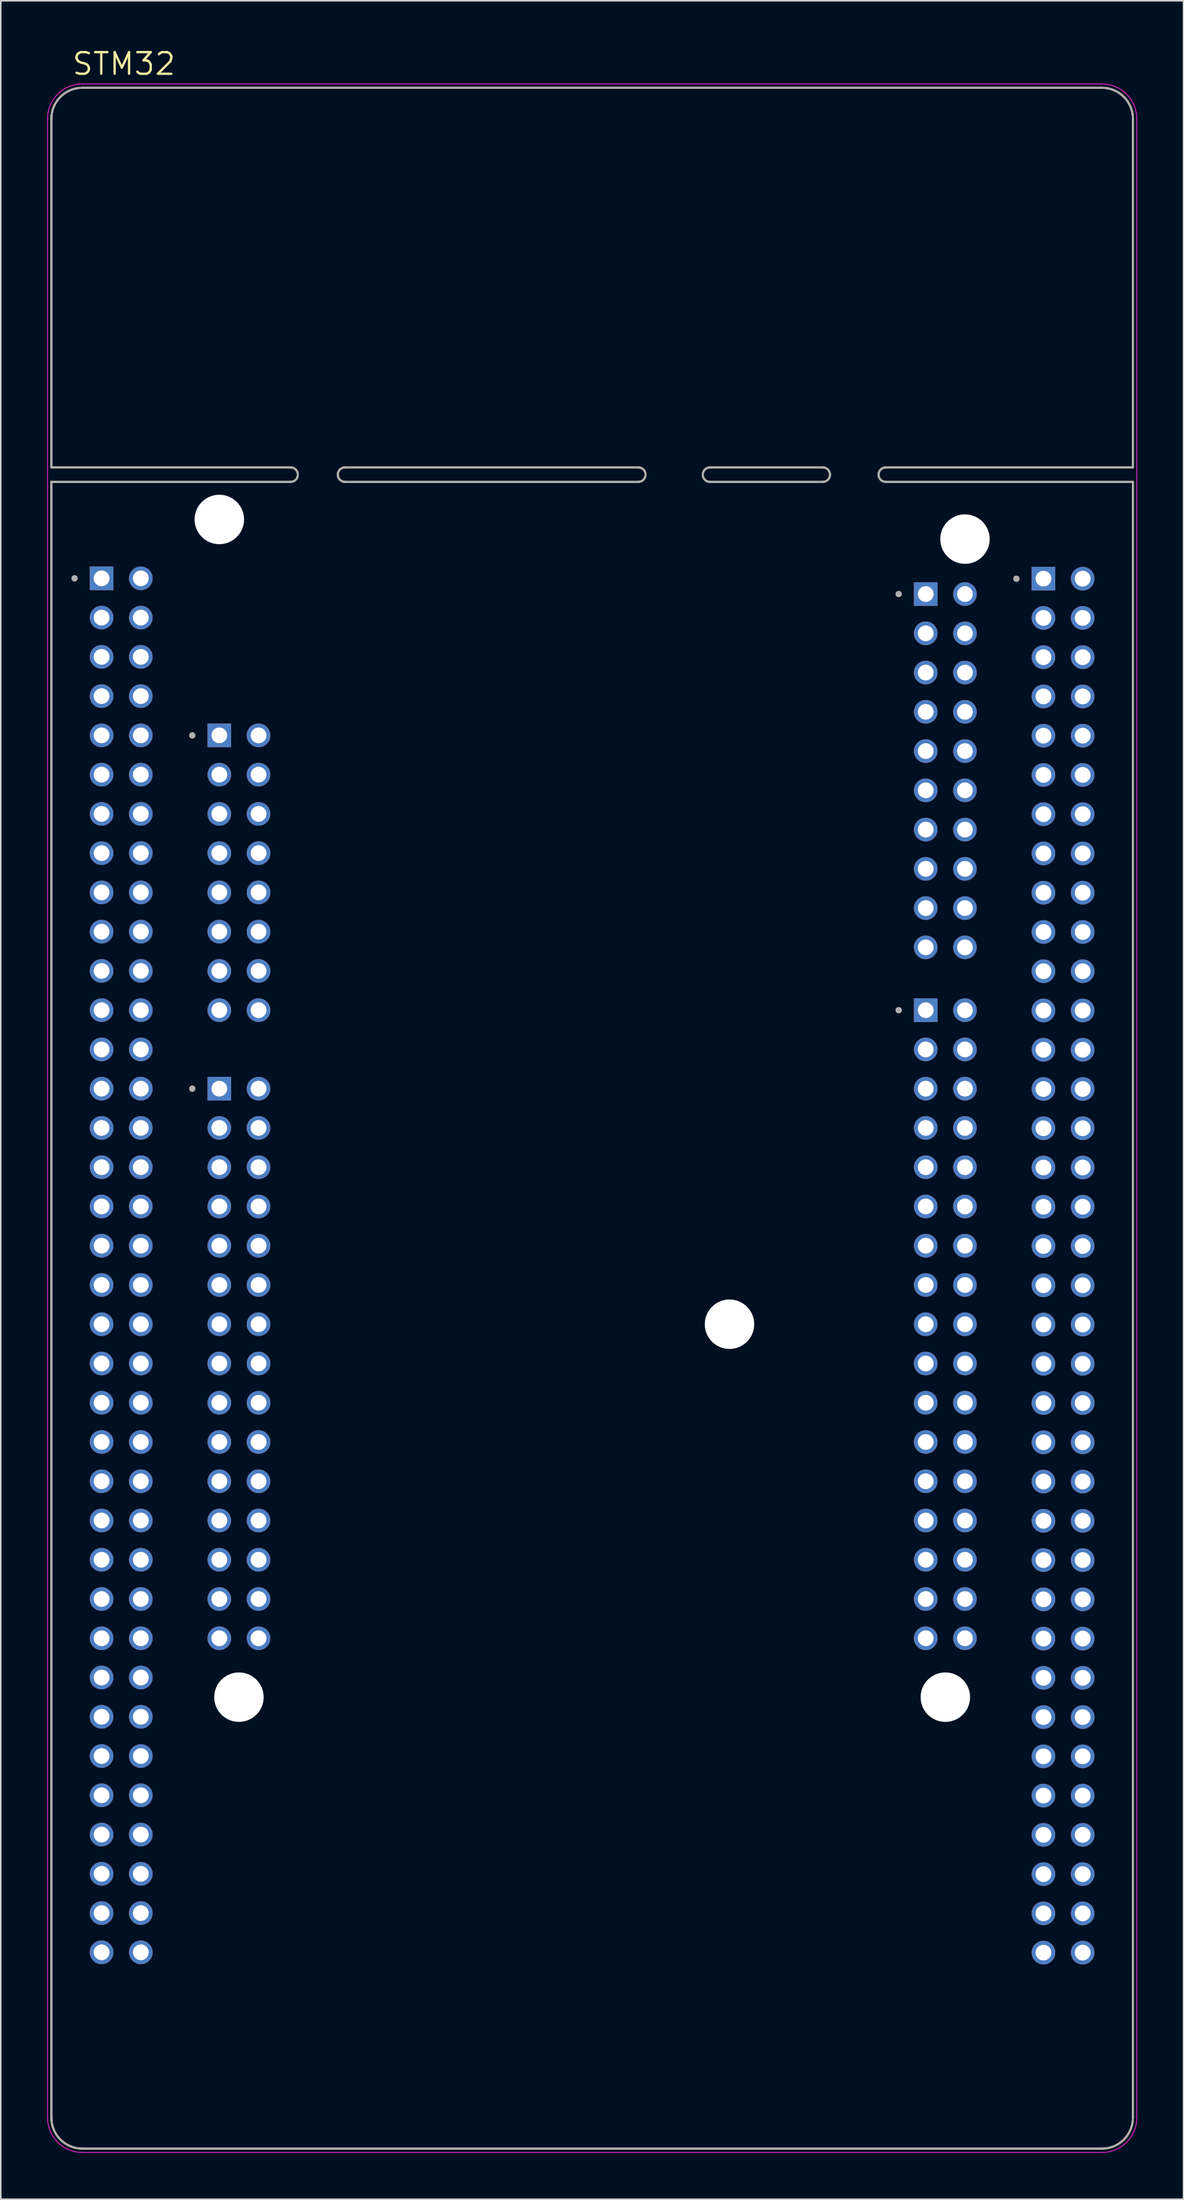
<source format=kicad_pcb>
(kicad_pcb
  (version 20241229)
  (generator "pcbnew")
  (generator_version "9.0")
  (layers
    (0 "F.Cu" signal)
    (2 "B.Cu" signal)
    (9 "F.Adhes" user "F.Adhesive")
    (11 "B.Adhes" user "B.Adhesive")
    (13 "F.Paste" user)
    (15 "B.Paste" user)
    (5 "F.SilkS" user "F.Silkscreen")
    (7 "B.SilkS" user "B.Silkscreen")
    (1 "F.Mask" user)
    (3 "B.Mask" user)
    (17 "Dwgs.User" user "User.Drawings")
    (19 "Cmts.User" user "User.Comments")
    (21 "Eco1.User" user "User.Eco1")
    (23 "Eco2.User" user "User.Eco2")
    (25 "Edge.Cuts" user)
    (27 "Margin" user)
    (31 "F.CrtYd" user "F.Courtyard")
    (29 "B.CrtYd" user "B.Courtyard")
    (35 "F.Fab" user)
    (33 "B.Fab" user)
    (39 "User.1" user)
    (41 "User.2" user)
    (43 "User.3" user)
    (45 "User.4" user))
  (footprint "STM32"
    (layer "F.Cu")
    (at 35.275 69.301)
    (property "Reference" "STM32" (at -30.305 -68.219 0) (layer "F.SilkS") (effects (font (size 1.4 1.4) (thickness 0.15))))
    (attr through_hole)
    (fp_line (start -35 -64.67) (end -35 -42.11) (stroke (width 0.127) (type solid)) (layer "F.SilkS"))
    (fp_line (start -35 -42.11) (end -19.507 -42.11) (stroke (width 0.127) (type solid)) (layer "F.SilkS"))
    (fp_line (start -35 -41.17) (end -35 64.67) (stroke (width 0.127) (type solid)) (layer "F.SilkS"))
    (fp_line (start -35 -41.17) (end -19.507 -41.17) (stroke (width 0.127) (type solid)) (layer "F.SilkS"))
    (fp_line (start -33 66.67) (end 33 66.67) (stroke (width 0.127) (type solid)) (layer "F.SilkS"))
    (fp_line (start -16.002 -42.11) (end 2.997 -42.11) (stroke (width 0.127) (type solid)) (layer "F.SilkS"))
    (fp_line (start -16.002 -41.17) (end 2.997 -41.17) (stroke (width 0.127) (type solid)) (layer "F.SilkS"))
    (fp_line (start 7.62 -42.11) (end 14.935 -42.11) (stroke (width 0.127) (type solid)) (layer "F.SilkS"))
    (fp_line (start 7.62 -41.17) (end 14.935 -41.17) (stroke (width 0.127) (type solid)) (layer "F.SilkS"))
    (fp_line (start 18.999 -42.11) (end 35 -42.11) (stroke (width 0.127) (type solid)) (layer "F.SilkS"))
    (fp_line (start 18.999 -41.17) (end 35 -41.17) (stroke (width 0.127) (type solid)) (layer "F.SilkS"))
    (fp_line (start 33 -66.67) (end -33 -66.67) (stroke (width 0.127) (type solid)) (layer "F.SilkS"))
    (fp_line (start 35 -42.11) (end 35 -64.67) (stroke (width 0.127) (type solid)) (layer "F.SilkS"))
    (fp_line (start 35 64.67) (end 35 -41.17) (stroke (width 0.127) (type solid)) (layer "F.SilkS"))
    (fp_arc (start -35 -64.67) (mid -34.414214 -66.084214) (end -33 -66.67) (stroke (width 0.127) (type solid)) (layer "F.SilkS"))
    (fp_arc (start -33 66.67) (mid -34.414214 66.084214) (end -35 64.67) (stroke (width 0.127) (type solid)) (layer "F.SilkS"))
    (fp_arc (start -19.507199 -42.11) (mid -19.044602 -41.64) (end -19.5072 -41.17) (stroke (width 0.127) (type solid)) (layer "F.SilkS"))
    (fp_arc (start -16.002001 -41.17) (mid -16.464598 -41.64) (end -16.002 -42.11) (stroke (width 0.127) (type solid)) (layer "F.SilkS"))
    (fp_arc (start 2.997201 -42.11) (mid 3.459798 -41.64) (end 2.9972 -41.17) (stroke (width 0.127) (type solid)) (layer "F.SilkS"))
    (fp_arc (start 7.619999 -41.17) (mid 7.157402 -41.64) (end 7.62 -42.11) (stroke (width 0.127) (type solid)) (layer "F.SilkS"))
    (fp_arc (start 14.935201 -42.11) (mid 15.397798 -41.64) (end 14.9352 -41.17) (stroke (width 0.127) (type solid)) (layer "F.SilkS"))
    (fp_arc (start 18.999199 -41.17) (mid 18.536602 -41.64) (end 18.9992 -42.11) (stroke (width 0.127) (type solid)) (layer "F.SilkS"))
    (fp_arc (start 33 -66.67) (mid 34.414214 -66.084214) (end 35 -64.67) (stroke (width 0.127) (type solid)) (layer "F.SilkS"))
    (fp_arc (start 35 64.67) (mid 34.414214 66.084214) (end 33 66.67) (stroke (width 0.127) (type solid)) (layer "F.SilkS"))
    (fp_circle (center -33.5 -34.93) (end -33.4 -34.93) (stroke (width 0.2) (type solid)) (fill no) (layer "F.SilkS"))
    (fp_circle (center -25.88 -24.77) (end -25.78 -24.77) (stroke (width 0.2) (type solid)) (fill no) (layer "F.SilkS"))
    (fp_circle (center -25.88 -1.91) (end -25.78 -1.91) (stroke (width 0.2) (type solid)) (fill no) (layer "F.SilkS"))
    (fp_circle (center 19.84 -33.914) (end 19.94 -33.914) (stroke (width 0.2) (type solid)) (fill no) (layer "F.SilkS"))
    (fp_circle (center 19.84 -6.99) (end 19.94 -6.99) (stroke (width 0.2) (type solid)) (fill no) (layer "F.SilkS"))
    (fp_circle (center 27.46 -34.905) (end 27.56 -34.905) (stroke (width 0.2) (type solid)) (fill no) (layer "F.SilkS"))
    (fp_line (start -35.25 -64.67) (end -35.25 64.67) (stroke (width 0.05) (type solid)) (layer "F.CrtYd"))
    (fp_line (start -33 66.92) (end 33 66.92) (stroke (width 0.05) (type solid)) (layer "F.CrtYd"))
    (fp_line (start 33 -66.92) (end -33 -66.92) (stroke (width 0.05) (type solid)) (layer "F.CrtYd"))
    (fp_line (start 35.25 64.67) (end 35.25 -64.67) (stroke (width 0.05) (type solid)) (layer "F.CrtYd"))
    (fp_arc (start -35.25 -64.67) (mid -34.59099 -66.26099) (end -33 -66.92) (stroke (width 0.05) (type solid)) (layer "F.CrtYd"))
    (fp_arc (start -33 66.92) (mid -34.59099 66.26099) (end -35.25 64.67) (stroke (width 0.05) (type solid)) (layer "F.CrtYd"))
    (fp_arc (start 33 -66.92) (mid 34.59099 -66.26099) (end 35.25 -64.67) (stroke (width 0.05) (type solid)) (layer "F.CrtYd"))
    (fp_arc (start 35.25 64.67) (mid 34.59099 66.26099) (end 33 66.92) (stroke (width 0.05) (type solid)) (layer "F.CrtYd"))
    (fp_line (start -35 -64.67) (end -35 -42.11) (stroke (width 0.127) (type solid)) (layer "F.Fab"))
    (fp_line (start -35 -42.11) (end -19.507 -42.11) (stroke (width 0.127) (type solid)) (layer "F.Fab"))
    (fp_line (start -35 -41.17) (end -35 64.67) (stroke (width 0.127) (type solid)) (layer "F.Fab"))
    (fp_line (start -35 -41.17) (end -19.507 -41.17) (stroke (width 0.127) (type solid)) (layer "F.Fab"))
    (fp_line (start -33 66.67) (end 33 66.67) (stroke (width 0.127) (type solid)) (layer "F.Fab"))
    (fp_line (start -16.002 -42.11) (end 2.997 -42.11) (stroke (width 0.127) (type solid)) (layer "F.Fab"))
    (fp_line (start -16.002 -41.17) (end 2.997 -41.17) (stroke (width 0.127) (type solid)) (layer "F.Fab"))
    (fp_line (start 7.62 -42.11) (end 14.935 -42.11) (stroke (width 0.127) (type solid)) (layer "F.Fab"))
    (fp_line (start 7.62 -41.17) (end 14.935 -41.17) (stroke (width 0.127) (type solid)) (layer "F.Fab"))
    (fp_line (start 18.999 -42.11) (end 35 -42.11) (stroke (width 0.127) (type solid)) (layer "F.Fab"))
    (fp_line (start 18.999 -41.17) (end 35 -41.17) (stroke (width 0.127) (type solid)) (layer "F.Fab"))
    (fp_line (start 33 -66.67) (end -33 -66.67) (stroke (width 0.127) (type solid)) (layer "F.Fab"))
    (fp_line (start 35 -42.11) (end 35 -64.67) (stroke (width 0.127) (type solid)) (layer "F.Fab"))
    (fp_line (start 35 64.67) (end 35 -41.17) (stroke (width 0.127) (type solid)) (layer "F.Fab"))
    (fp_arc (start -35 -64.67) (mid -34.414214 -66.084214) (end -33 -66.67) (stroke (width 0.127) (type solid)) (layer "F.Fab"))
    (fp_arc (start -33 66.67) (mid -34.414214 66.084214) (end -35 64.67) (stroke (width 0.127) (type solid)) (layer "F.Fab"))
    (fp_arc (start -19.507199 -42.11) (mid -19.044602 -41.64) (end -19.5072 -41.17) (stroke (width 0.127) (type solid)) (layer "F.Fab"))
    (fp_arc (start -16.002001 -41.17) (mid -16.464598 -41.64) (end -16.002 -42.11) (stroke (width 0.127) (type solid)) (layer "F.Fab"))
    (fp_arc (start 2.997201 -42.11) (mid 3.459798 -41.64) (end 2.9972 -41.17) (stroke (width 0.127) (type solid)) (layer "F.Fab"))
    (fp_arc (start 7.619999 -41.17) (mid 7.157402 -41.64) (end 7.62 -42.11) (stroke (width 0.127) (type solid)) (layer "F.Fab"))
    (fp_arc (start 14.935201 -42.11) (mid 15.397798 -41.64) (end 14.9352 -41.17) (stroke (width 0.127) (type solid)) (layer "F.Fab"))
    (fp_arc (start 18.999199 -41.17) (mid 18.536602 -41.64) (end 18.9992 -42.11) (stroke (width 0.127) (type solid)) (layer "F.Fab"))
    (fp_arc (start 33 -66.67) (mid 34.414214 -66.084214) (end 35 -64.67) (stroke (width 0.127) (type solid)) (layer "F.Fab"))
    (fp_arc (start 35 64.67) (mid 34.414214 66.084214) (end 33 66.67) (stroke (width 0.127) (type solid)) (layer "F.Fab"))
    (fp_circle (center -33.5 -34.93) (end -33.4 -34.93) (stroke (width 0.2) (type solid)) (fill no) (layer "F.Fab"))
    (fp_circle (center -25.88 -24.77) (end -25.78 -24.77) (stroke (width 0.2) (type solid)) (fill no) (layer "F.Fab"))
    (fp_circle (center -25.88 -1.91) (end -25.78 -1.91) (stroke (width 0.2) (type solid)) (fill no) (layer "F.Fab"))
    (fp_circle (center 19.84 -33.914) (end 19.94 -33.914) (stroke (width 0.2) (type solid)) (fill no) (layer "F.Fab"))
    (fp_circle (center 19.84 -6.99) (end 19.94 -6.99) (stroke (width 0.2) (type solid)) (fill no) (layer "F.Fab"))
    (fp_circle (center 27.46 -34.905) (end 27.56 -34.905) (stroke (width 0.2) (type solid)) (fill no) (layer "F.Fab"))
    (pad "" np_thru_hole circle (at -24.13 -38.74) (size 3.2 3.2) (drill 3.2) (layers "*.Cu" "*.Mask"))
    (pad "" np_thru_hole circle (at -22.86 37.46) (size 3.2 3.2) (drill 3.2) (layers "*.Cu" "*.Mask"))
    (pad "" np_thru_hole circle (at 8.89 13.33) (size 3.2 3.2) (drill 3.2) (layers "*.Cu" "*.Mask"))
    (pad "" np_thru_hole circle (at 22.86 37.46) (size 3.2 3.2) (drill 3.2) (layers "*.Cu" "*.Mask"))
    (pad "" np_thru_hole circle (at 24.13 -37.47) (size 3.2 3.2) (drill 3.2) (layers "*.Cu" "*.Mask"))
    (pad "CN7_1" thru_hole rect (at 21.59 -33.914) (size 1.53 1.53) (drill 1.02) (layers "*.Cu" "*.Mask"))
    (pad "CN7_2" thru_hole circle (at 24.13 -33.914) (size 1.53 1.53) (drill 1.02) (layers "*.Cu" "*.Mask"))
    (pad "CN7_3" thru_hole circle (at 21.59 -31.374) (size 1.53 1.53) (drill 1.02) (layers "*.Cu" "*.Mask"))
    (pad "CN7_4" thru_hole circle (at 24.13 -31.374) (size 1.53 1.53) (drill 1.02) (layers "*.Cu" "*.Mask"))
    (pad "CN7_5" thru_hole circle (at 21.59 -28.834) (size 1.53 1.53) (drill 1.02) (layers "*.Cu" "*.Mask"))
    (pad "CN7_6" thru_hole circle (at 24.13 -28.834) (size 1.53 1.53) (drill 1.02) (layers "*.Cu" "*.Mask"))
    (pad "CN7_7" thru_hole circle (at 21.59 -26.294) (size 1.53 1.53) (drill 1.02) (layers "*.Cu" "*.Mask"))
    (pad "CN7_8" thru_hole circle (at 24.13 -26.294) (size 1.53 1.53) (drill 1.02) (layers "*.Cu" "*.Mask"))
    (pad "CN7_9" thru_hole circle (at 21.59 -23.754) (size 1.53 1.53) (drill 1.02) (layers "*.Cu" "*.Mask"))
    (pad "CN7_10" thru_hole circle (at 24.13 -23.754) (size 1.53 1.53) (drill 1.02) (layers "*.Cu" "*.Mask"))
    (pad "CN7_11" thru_hole circle (at 21.59 -21.214) (size 1.53 1.53) (drill 1.02) (layers "*.Cu" "*.Mask"))
    (pad "CN7_12" thru_hole circle (at 24.13 -21.214) (size 1.53 1.53) (drill 1.02) (layers "*.Cu" "*.Mask"))
    (pad "CN7_13" thru_hole circle (at 21.59 -18.674) (size 1.53 1.53) (drill 1.02) (layers "*.Cu" "*.Mask"))
    (pad "CN7_14" thru_hole circle (at 24.13 -18.674) (size 1.53 1.53) (drill 1.02) (layers "*.Cu" "*.Mask"))
    (pad "CN7_15" thru_hole circle (at 21.59 -16.134) (size 1.53 1.53) (drill 1.02) (layers "*.Cu" "*.Mask"))
    (pad "CN7_16" thru_hole circle (at 24.13 -16.134) (size 1.53 1.53) (drill 1.02) (layers "*.Cu" "*.Mask"))
    (pad "CN7_17" thru_hole circle (at 21.59 -13.594) (size 1.53 1.53) (drill 1.02) (layers "*.Cu" "*.Mask"))
    (pad "CN7_18" thru_hole circle (at 24.13 -13.594) (size 1.53 1.53) (drill 1.02) (layers "*.Cu" "*.Mask"))
    (pad "CN7_19" thru_hole circle (at 21.59 -11.054) (size 1.53 1.53) (drill 1.02) (layers "*.Cu" "*.Mask"))
    (pad "CN7_20" thru_hole circle (at 24.13 -11.054) (size 1.53 1.53) (drill 1.02) (layers "*.Cu" "*.Mask"))
    (pad "CN8_1" thru_hole rect (at -24.13 -24.77) (size 1.53 1.53) (drill 1.02) (layers "*.Cu" "*.Mask"))
    (pad "CN8_2" thru_hole circle (at -21.59 -24.77) (size 1.53 1.53) (drill 1.02) (layers "*.Cu" "*.Mask"))
    (pad "CN8_3" thru_hole circle (at -24.13 -22.23) (size 1.53 1.53) (drill 1.02) (layers "*.Cu" "*.Mask"))
    (pad "CN8_4" thru_hole circle (at -21.59 -22.23) (size 1.53 1.53) (drill 1.02) (layers "*.Cu" "*.Mask"))
    (pad "CN8_5" thru_hole circle (at -24.13 -19.69) (size 1.53 1.53) (drill 1.02) (layers "*.Cu" "*.Mask"))
    (pad "CN8_6" thru_hole circle (at -21.59 -19.69) (size 1.53 1.53) (drill 1.02) (layers "*.Cu" "*.Mask"))
    (pad "CN8_7" thru_hole circle (at -24.13 -17.15) (size 1.53 1.53) (drill 1.02) (layers "*.Cu" "*.Mask"))
    (pad "CN8_8" thru_hole circle (at -21.59 -17.15) (size 1.53 1.53) (drill 1.02) (layers "*.Cu" "*.Mask"))
    (pad "CN8_9" thru_hole circle (at -24.13 -14.61) (size 1.53 1.53) (drill 1.02) (layers "*.Cu" "*.Mask"))
    (pad "CN8_10" thru_hole circle (at -21.59 -14.61) (size 1.53 1.53) (drill 1.02) (layers "*.Cu" "*.Mask"))
    (pad "CN8_11" thru_hole circle (at -24.13 -12.07) (size 1.53 1.53) (drill 1.02) (layers "*.Cu" "*.Mask"))
    (pad "CN8_12" thru_hole circle (at -21.59 -12.07) (size 1.53 1.53) (drill 1.02) (layers "*.Cu" "*.Mask"))
    (pad "CN8_13" thru_hole circle (at -24.13 -9.53) (size 1.53 1.53) (drill 1.02) (layers "*.Cu" "*.Mask"))
    (pad "CN8_14" thru_hole circle (at -21.59 -9.53) (size 1.53 1.53) (drill 1.02) (layers "*.Cu" "*.Mask"))
    (pad "CN8_15" thru_hole circle (at -24.13 -6.99) (size 1.53 1.53) (drill 1.02) (layers "*.Cu" "*.Mask"))
    (pad "CN8_16" thru_hole circle (at -21.59 -6.99) (size 1.53 1.53) (drill 1.02) (layers "*.Cu" "*.Mask"))
    (pad "CN9_1" thru_hole rect (at -24.13 -1.91) (size 1.53 1.53) (drill 1.02) (layers "*.Cu" "*.Mask"))
    (pad "CN9_2" thru_hole circle (at -21.59 -1.91) (size 1.53 1.53) (drill 1.02) (layers "*.Cu" "*.Mask"))
    (pad "CN9_3" thru_hole circle (at -24.13 0.63) (size 1.53 1.53) (drill 1.02) (layers "*.Cu" "*.Mask"))
    (pad "CN9_4" thru_hole circle (at -21.59 0.63) (size 1.53 1.53) (drill 1.02) (layers "*.Cu" "*.Mask"))
    (pad "CN9_5" thru_hole circle (at -24.13 3.17) (size 1.53 1.53) (drill 1.02) (layers "*.Cu" "*.Mask"))
    (pad "CN9_6" thru_hole circle (at -21.59 3.17) (size 1.53 1.53) (drill 1.02) (layers "*.Cu" "*.Mask"))
    (pad "CN9_7" thru_hole circle (at -24.13 5.71) (size 1.53 1.53) (drill 1.02) (layers "*.Cu" "*.Mask"))
    (pad "CN9_8" thru_hole circle (at -21.59 5.71) (size 1.53 1.53) (drill 1.02) (layers "*.Cu" "*.Mask"))
    (pad "CN9_9" thru_hole circle (at -24.13 8.25) (size 1.53 1.53) (drill 1.02) (layers "*.Cu" "*.Mask"))
    (pad "CN9_10" thru_hole circle (at -21.59 8.25) (size 1.53 1.53) (drill 1.02) (layers "*.Cu" "*.Mask"))
    (pad "CN9_11" thru_hole circle (at -24.13 10.79) (size 1.53 1.53) (drill 1.02) (layers "*.Cu" "*.Mask"))
    (pad "CN9_12" thru_hole circle (at -21.59 10.79) (size 1.53 1.53) (drill 1.02) (layers "*.Cu" "*.Mask"))
    (pad "CN9_13" thru_hole circle (at -24.13 13.33) (size 1.53 1.53) (drill 1.02) (layers "*.Cu" "*.Mask"))
    (pad "CN9_14" thru_hole circle (at -21.59 13.33) (size 1.53 1.53) (drill 1.02) (layers "*.Cu" "*.Mask"))
    (pad "CN9_15" thru_hole circle (at -24.13 15.87) (size 1.53 1.53) (drill 1.02) (layers "*.Cu" "*.Mask"))
    (pad "CN9_16" thru_hole circle (at -21.59 15.87) (size 1.53 1.53) (drill 1.02) (layers "*.Cu" "*.Mask"))
    (pad "CN9_17" thru_hole circle (at -24.13 18.41) (size 1.53 1.53) (drill 1.02) (layers "*.Cu" "*.Mask"))
    (pad "CN9_18" thru_hole circle (at -21.59 18.41) (size 1.53 1.53) (drill 1.02) (layers "*.Cu" "*.Mask"))
    (pad "CN9_19" thru_hole circle (at -24.13 20.95) (size 1.53 1.53) (drill 1.02) (layers "*.Cu" "*.Mask"))
    (pad "CN9_20" thru_hole circle (at -21.59 20.95) (size 1.53 1.53) (drill 1.02) (layers "*.Cu" "*.Mask"))
    (pad "CN9_21" thru_hole circle (at -24.13 23.49) (size 1.53 1.53) (drill 1.02) (layers "*.Cu" "*.Mask"))
    (pad "CN9_22" thru_hole circle (at -21.59 23.49) (size 1.53 1.53) (drill 1.02) (layers "*.Cu" "*.Mask"))
    (pad "CN9_23" thru_hole circle (at -24.13 26.03) (size 1.53 1.53) (drill 1.02) (layers "*.Cu" "*.Mask"))
    (pad "CN9_24" thru_hole circle (at -21.59 26.03) (size 1.53 1.53) (drill 1.02) (layers "*.Cu" "*.Mask"))
    (pad "CN9_25" thru_hole circle (at -24.13 28.57) (size 1.53 1.53) (drill 1.02) (layers "*.Cu" "*.Mask"))
    (pad "CN9_26" thru_hole circle (at -21.59 28.57) (size 1.53 1.53) (drill 1.02) (layers "*.Cu" "*.Mask"))
    (pad "CN9_27" thru_hole circle (at -24.13 31.11) (size 1.53 1.53) (drill 1.02) (layers "*.Cu" "*.Mask"))
    (pad "CN9_28" thru_hole circle (at -21.59 31.11) (size 1.53 1.53) (drill 1.02) (layers "*.Cu" "*.Mask"))
    (pad "CN9_29" thru_hole circle (at -24.13 33.65) (size 1.53 1.53) (drill 1.02) (layers "*.Cu" "*.Mask"))
    (pad "CN9_30" thru_hole circle (at -21.59 33.65) (size 1.53 1.53) (drill 1.02) (layers "*.Cu" "*.Mask"))
    (pad "CN10_1" thru_hole rect (at 21.59 -6.99) (size 1.53 1.53) (drill 1.02) (layers "*.Cu" "*.Mask"))
    (pad "CN10_2" thru_hole circle (at 24.13 -6.99) (size 1.53 1.53) (drill 1.02) (layers "*.Cu" "*.Mask"))
    (pad "CN10_3" thru_hole circle (at 21.59 -4.45) (size 1.53 1.53) (drill 1.02) (layers "*.Cu" "*.Mask"))
    (pad "CN10_4" thru_hole circle (at 24.13 -4.45) (size 1.53 1.53) (drill 1.02) (layers "*.Cu" "*.Mask"))
    (pad "CN10_5" thru_hole circle (at 21.59 -1.91) (size 1.53 1.53) (drill 1.02) (layers "*.Cu" "*.Mask"))
    (pad "CN10_6" thru_hole circle (at 24.13 -1.91) (size 1.53 1.53) (drill 1.02) (layers "*.Cu" "*.Mask"))
    (pad "CN10_7" thru_hole circle (at 21.59 0.63) (size 1.53 1.53) (drill 1.02) (layers "*.Cu" "*.Mask"))
    (pad "CN10_8" thru_hole circle (at 24.13 0.63) (size 1.53 1.53) (drill 1.02) (layers "*.Cu" "*.Mask"))
    (pad "CN10_9" thru_hole circle (at 21.59 3.17) (size 1.53 1.53) (drill 1.02) (layers "*.Cu" "*.Mask"))
    (pad "CN10_10" thru_hole circle (at 24.13 3.17) (size 1.53 1.53) (drill 1.02) (layers "*.Cu" "*.Mask"))
    (pad "CN10_11" thru_hole circle (at 21.59 5.71) (size 1.53 1.53) (drill 1.02) (layers "*.Cu" "*.Mask"))
    (pad "CN10_12" thru_hole circle (at 24.13 5.71) (size 1.53 1.53) (drill 1.02) (layers "*.Cu" "*.Mask"))
    (pad "CN10_13" thru_hole circle (at 21.59 8.25) (size 1.53 1.53) (drill 1.02) (layers "*.Cu" "*.Mask"))
    (pad "CN10_14" thru_hole circle (at 24.13 8.25) (size 1.53 1.53) (drill 1.02) (layers "*.Cu" "*.Mask"))
    (pad "CN10_15" thru_hole circle (at 21.59 10.79) (size 1.53 1.53) (drill 1.02) (layers "*.Cu" "*.Mask"))
    (pad "CN10_16" thru_hole circle (at 24.13 10.79) (size 1.53 1.53) (drill 1.02) (layers "*.Cu" "*.Mask"))
    (pad "CN10_17" thru_hole circle (at 21.59 13.33) (size 1.53 1.53) (drill 1.02) (layers "*.Cu" "*.Mask"))
    (pad "CN10_18" thru_hole circle (at 24.13 13.33) (size 1.53 1.53) (drill 1.02) (layers "*.Cu" "*.Mask"))
    (pad "CN10_19" thru_hole circle (at 21.59 15.87) (size 1.53 1.53) (drill 1.02) (layers "*.Cu" "*.Mask"))
    (pad "CN10_20" thru_hole circle (at 24.13 15.87) (size 1.53 1.53) (drill 1.02) (layers "*.Cu" "*.Mask"))
    (pad "CN10_21" thru_hole circle (at 21.59 18.41) (size 1.53 1.53) (drill 1.02) (layers "*.Cu" "*.Mask"))
    (pad "CN10_22" thru_hole circle (at 24.13 18.41) (size 1.53 1.53) (drill 1.02) (layers "*.Cu" "*.Mask"))
    (pad "CN10_23" thru_hole circle (at 21.59 20.95) (size 1.53 1.53) (drill 1.02) (layers "*.Cu" "*.Mask"))
    (pad "CN10_24" thru_hole circle (at 24.13 20.95) (size 1.53 1.53) (drill 1.02) (layers "*.Cu" "*.Mask"))
    (pad "CN10_25" thru_hole circle (at 21.59 23.49) (size 1.53 1.53) (drill 1.02) (layers "*.Cu" "*.Mask"))
    (pad "CN10_26" thru_hole circle (at 24.13 23.49) (size 1.53 1.53) (drill 1.02) (layers "*.Cu" "*.Mask"))
    (pad "CN10_27" thru_hole circle (at 21.59 26.03) (size 1.53 1.53) (drill 1.02) (layers "*.Cu" "*.Mask"))
    (pad "CN10_28" thru_hole circle (at 24.13 26.03) (size 1.53 1.53) (drill 1.02) (layers "*.Cu" "*.Mask"))
    (pad "CN10_29" thru_hole circle (at 21.59 28.57) (size 1.53 1.53) (drill 1.02) (layers "*.Cu" "*.Mask"))
    (pad "CN10_30" thru_hole circle (at 24.13 28.57) (size 1.53 1.53) (drill 1.02) (layers "*.Cu" "*.Mask"))
    (pad "CN10_31" thru_hole circle (at 21.59 31.11) (size 1.53 1.53) (drill 1.02) (layers "*.Cu" "*.Mask"))
    (pad "CN10_32" thru_hole circle (at 24.13 31.11) (size 1.53 1.53) (drill 1.02) (layers "*.Cu" "*.Mask"))
    (pad "CN10_33" thru_hole circle (at 21.59 33.65) (size 1.53 1.53) (drill 1.02) (layers "*.Cu" "*.Mask"))
    (pad "CN10_34" thru_hole circle (at 24.13 33.65) (size 1.53 1.53) (drill 1.02) (layers "*.Cu" "*.Mask"))
    (pad "CN11_1" thru_hole rect (at -31.75 -34.93) (size 1.53 1.53) (drill 1.02) (layers "*.Cu" "*.Mask"))
    (pad "CN11_2" thru_hole circle (at -29.21 -34.93) (size 1.53 1.53) (drill 1.02) (layers "*.Cu" "*.Mask"))
    (pad "CN11_3" thru_hole circle (at -31.75 -32.39) (size 1.53 1.53) (drill 1.02) (layers "*.Cu" "*.Mask"))
    (pad "CN11_4" thru_hole circle (at -29.21 -32.39) (size 1.53 1.53) (drill 1.02) (layers "*.Cu" "*.Mask"))
    (pad "CN11_5" thru_hole circle (at -31.75 -29.85) (size 1.53 1.53) (drill 1.02) (layers "*.Cu" "*.Mask"))
    (pad "CN11_6" thru_hole circle (at -29.21 -29.85) (size 1.53 1.53) (drill 1.02) (layers "*.Cu" "*.Mask"))
    (pad "CN11_7" thru_hole circle (at -31.75 -27.31) (size 1.53 1.53) (drill 1.02) (layers "*.Cu" "*.Mask"))
    (pad "CN11_8" thru_hole circle (at -29.21 -27.31) (size 1.53 1.53) (drill 1.02) (layers "*.Cu" "*.Mask"))
    (pad "CN11_9" thru_hole circle (at -31.75 -24.77) (size 1.53 1.53) (drill 1.02) (layers "*.Cu" "*.Mask"))
    (pad "CN11_10" thru_hole circle (at -29.21 -24.77) (size 1.53 1.53) (drill 1.02) (layers "*.Cu" "*.Mask"))
    (pad "CN11_11" thru_hole circle (at -31.75 -22.23) (size 1.53 1.53) (drill 1.02) (layers "*.Cu" "*.Mask"))
    (pad "CN11_12" thru_hole circle (at -29.21 -22.23) (size 1.53 1.53) (drill 1.02) (layers "*.Cu" "*.Mask"))
    (pad "CN11_13" thru_hole circle (at -31.75 -19.69) (size 1.53 1.53) (drill 1.02) (layers "*.Cu" "*.Mask"))
    (pad "CN11_14" thru_hole circle (at -29.21 -19.69) (size 1.53 1.53) (drill 1.02) (layers "*.Cu" "*.Mask"))
    (pad "CN11_15" thru_hole circle (at -31.75 -17.15) (size 1.53 1.53) (drill 1.02) (layers "*.Cu" "*.Mask"))
    (pad "CN11_16" thru_hole circle (at -29.21 -17.15) (size 1.53 1.53) (drill 1.02) (layers "*.Cu" "*.Mask"))
    (pad "CN11_17" thru_hole circle (at -31.75 -14.61) (size 1.53 1.53) (drill 1.02) (layers "*.Cu" "*.Mask"))
    (pad "CN11_18" thru_hole circle (at -29.21 -14.61) (size 1.53 1.53) (drill 1.02) (layers "*.Cu" "*.Mask"))
    (pad "CN11_19" thru_hole circle (at -31.75 -12.07) (size 1.53 1.53) (drill 1.02) (layers "*.Cu" "*.Mask"))
    (pad "CN11_20" thru_hole circle (at -29.21 -12.07) (size 1.53 1.53) (drill 1.02) (layers "*.Cu" "*.Mask"))
    (pad "CN11_21" thru_hole circle (at -31.75 -9.53) (size 1.53 1.53) (drill 1.02) (layers "*.Cu" "*.Mask"))
    (pad "CN11_22" thru_hole circle (at -29.21 -9.53) (size 1.53 1.53) (drill 1.02) (layers "*.Cu" "*.Mask"))
    (pad "CN11_23" thru_hole circle (at -31.75 -6.99) (size 1.53 1.53) (drill 1.02) (layers "*.Cu" "*.Mask"))
    (pad "CN11_24" thru_hole circle (at -29.21 -6.99) (size 1.53 1.53) (drill 1.02) (layers "*.Cu" "*.Mask"))
    (pad "CN11_25" thru_hole circle (at -31.75 -4.45) (size 1.53 1.53) (drill 1.02) (layers "*.Cu" "*.Mask"))
    (pad "CN11_26" thru_hole circle (at -29.21 -4.45) (size 1.53 1.53) (drill 1.02) (layers "*.Cu" "*.Mask"))
    (pad "CN11_27" thru_hole circle (at -31.75 -1.91) (size 1.53 1.53) (drill 1.02) (layers "*.Cu" "*.Mask"))
    (pad "CN11_28" thru_hole circle (at -29.21 -1.91) (size 1.53 1.53) (drill 1.02) (layers "*.Cu" "*.Mask"))
    (pad "CN11_29" thru_hole circle (at -31.75 0.63) (size 1.53 1.53) (drill 1.02) (layers "*.Cu" "*.Mask"))
    (pad "CN11_30" thru_hole circle (at -29.21 0.63) (size 1.53 1.53) (drill 1.02) (layers "*.Cu" "*.Mask"))
    (pad "CN11_31" thru_hole circle (at -31.75 3.17) (size 1.53 1.53) (drill 1.02) (layers "*.Cu" "*.Mask"))
    (pad "CN11_32" thru_hole circle (at -29.21 3.17) (size 1.53 1.53) (drill 1.02) (layers "*.Cu" "*.Mask"))
    (pad "CN11_33" thru_hole circle (at -31.75 5.71) (size 1.53 1.53) (drill 1.02) (layers "*.Cu" "*.Mask"))
    (pad "CN11_34" thru_hole circle (at -29.21 5.71) (size 1.53 1.53) (drill 1.02) (layers "*.Cu" "*.Mask"))
    (pad "CN11_35" thru_hole circle (at -31.75 8.25) (size 1.53 1.53) (drill 1.02) (layers "*.Cu" "*.Mask"))
    (pad "CN11_36" thru_hole circle (at -29.21 8.25) (size 1.53 1.53) (drill 1.02) (layers "*.Cu" "*.Mask"))
    (pad "CN11_37" thru_hole circle (at -31.75 10.79) (size 1.53 1.53) (drill 1.02) (layers "*.Cu" "*.Mask"))
    (pad "CN11_38" thru_hole circle (at -29.21 10.79) (size 1.53 1.53) (drill 1.02) (layers "*.Cu" "*.Mask"))
    (pad "CN11_39" thru_hole circle (at -31.75 13.33) (size 1.53 1.53) (drill 1.02) (layers "*.Cu" "*.Mask"))
    (pad "CN11_40" thru_hole circle (at -29.21 13.33) (size 1.53 1.53) (drill 1.02) (layers "*.Cu" "*.Mask"))
    (pad "CN11_41" thru_hole circle (at -31.75 15.87) (size 1.53 1.53) (drill 1.02) (layers "*.Cu" "*.Mask"))
    (pad "CN11_42" thru_hole circle (at -29.21 15.87) (size 1.53 1.53) (drill 1.02) (layers "*.Cu" "*.Mask"))
    (pad "CN11_43" thru_hole circle (at -31.75 18.41) (size 1.53 1.53) (drill 1.02) (layers "*.Cu" "*.Mask"))
    (pad "CN11_44" thru_hole circle (at -29.21 18.41) (size 1.53 1.53) (drill 1.02) (layers "*.Cu" "*.Mask"))
    (pad "CN11_45" thru_hole circle (at -31.75 20.95) (size 1.53 1.53) (drill 1.02) (layers "*.Cu" "*.Mask"))
    (pad "CN11_46" thru_hole circle (at -29.21 20.95) (size 1.53 1.53) (drill 1.02) (layers "*.Cu" "*.Mask"))
    (pad "CN11_47" thru_hole circle (at -31.75 23.49) (size 1.53 1.53) (drill 1.02) (layers "*.Cu" "*.Mask"))
    (pad "CN11_48" thru_hole circle (at -29.21 23.49) (size 1.53 1.53) (drill 1.02) (layers "*.Cu" "*.Mask"))
    (pad "CN11_49" thru_hole circle (at -31.75 26.03) (size 1.53 1.53) (drill 1.02) (layers "*.Cu" "*.Mask"))
    (pad "CN11_50" thru_hole circle (at -29.21 26.03) (size 1.53 1.53) (drill 1.02) (layers "*.Cu" "*.Mask"))
    (pad "CN11_51" thru_hole circle (at -31.75 28.57) (size 1.53 1.53) (drill 1.02) (layers "*.Cu" "*.Mask"))
    (pad "CN11_52" thru_hole circle (at -29.21 28.57) (size 1.53 1.53) (drill 1.02) (layers "*.Cu" "*.Mask"))
    (pad "CN11_53" thru_hole circle (at -31.75 31.11) (size 1.53 1.53) (drill 1.02) (layers "*.Cu" "*.Mask"))
    (pad "CN11_54" thru_hole circle (at -29.21 31.11) (size 1.53 1.53) (drill 1.02) (layers "*.Cu" "*.Mask"))
    (pad "CN11_55" thru_hole circle (at -31.75 33.65) (size 1.53 1.53) (drill 1.02) (layers "*.Cu" "*.Mask"))
    (pad "CN11_56" thru_hole circle (at -29.21 33.65) (size 1.53 1.53) (drill 1.02) (layers "*.Cu" "*.Mask"))
    (pad "CN11_57" thru_hole circle (at -31.75 36.19) (size 1.53 1.53) (drill 1.02) (layers "*.Cu" "*.Mask"))
    (pad "CN11_58" thru_hole circle (at -29.21 36.19) (size 1.53 1.53) (drill 1.02) (layers "*.Cu" "*.Mask"))
    (pad "CN11_59" thru_hole circle (at -31.75 38.73) (size 1.53 1.53) (drill 1.02) (layers "*.Cu" "*.Mask"))
    (pad "CN11_60" thru_hole circle (at -29.21 38.73) (size 1.53 1.53) (drill 1.02) (layers "*.Cu" "*.Mask"))
    (pad "CN11_61" thru_hole circle (at -31.75 41.27) (size 1.53 1.53) (drill 1.02) (layers "*.Cu" "*.Mask"))
    (pad "CN11_62" thru_hole circle (at -29.21 41.27) (size 1.53 1.53) (drill 1.02) (layers "*.Cu" "*.Mask"))
    (pad "CN11_63" thru_hole circle (at -31.75 43.81) (size 1.53 1.53) (drill 1.02) (layers "*.Cu" "*.Mask"))
    (pad "CN11_64" thru_hole circle (at -29.21 43.81) (size 1.53 1.53) (drill 1.02) (layers "*.Cu" "*.Mask"))
    (pad "CN11_65" thru_hole circle (at -31.75 46.35) (size 1.53 1.53) (drill 1.02) (layers "*.Cu" "*.Mask"))
    (pad "CN11_66" thru_hole circle (at -29.21 46.35) (size 1.53 1.53) (drill 1.02) (layers "*.Cu" "*.Mask"))
    (pad "CN11_67" thru_hole circle (at -31.75 48.89) (size 1.53 1.53) (drill 1.02) (layers "*.Cu" "*.Mask"))
    (pad "CN11_68" thru_hole circle (at -29.21 48.89) (size 1.53 1.53) (drill 1.02) (layers "*.Cu" "*.Mask"))
    (pad "CN11_69" thru_hole circle (at -31.75 51.43) (size 1.53 1.53) (drill 1.02) (layers "*.Cu" "*.Mask"))
    (pad "CN11_70" thru_hole circle (at -29.21 51.43) (size 1.53 1.53) (drill 1.02) (layers "*.Cu" "*.Mask"))
    (pad "CN11_71" thru_hole circle (at -31.75 53.97) (size 1.53 1.53) (drill 1.02) (layers "*.Cu" "*.Mask"))
    (pad "CN11_72" thru_hole circle (at -29.21 53.97) (size 1.53 1.53) (drill 1.02) (layers "*.Cu" "*.Mask"))
    (pad "CN12_1" thru_hole rect (at 29.21 -34.91) (size 1.53 1.53) (drill 1.02) (layers "*.Cu" "*.Mask"))
    (pad "CN12_2" thru_hole circle (at 31.75 -34.91) (size 1.53 1.53) (drill 1.02) (layers "*.Cu" "*.Mask"))
    (pad "CN12_3" thru_hole circle (at 29.21 -32.37) (size 1.53 1.53) (drill 1.02) (layers "*.Cu" "*.Mask"))
    (pad "CN12_4" thru_hole circle (at 31.75 -32.37) (size 1.53 1.53) (drill 1.02) (layers "*.Cu" "*.Mask"))
    (pad "CN12_5" thru_hole circle (at 29.21 -29.83) (size 1.53 1.53) (drill 1.02) (layers "*.Cu" "*.Mask"))
    (pad "CN12_6" thru_hole circle (at 31.75 -29.83) (size 1.53 1.53) (drill 1.02) (layers "*.Cu" "*.Mask"))
    (pad "CN12_7" thru_hole circle (at 29.21 -27.29) (size 1.53 1.53) (drill 1.02) (layers "*.Cu" "*.Mask"))
    (pad "CN12_8" thru_hole circle (at 31.75 -27.29) (size 1.53 1.53) (drill 1.02) (layers "*.Cu" "*.Mask"))
    (pad "CN12_9" thru_hole circle (at 29.21 -24.75) (size 1.53 1.53) (drill 1.02) (layers "*.Cu" "*.Mask"))
    (pad "CN12_10" thru_hole circle (at 31.75 -24.75) (size 1.53 1.53) (drill 1.02) (layers "*.Cu" "*.Mask"))
    (pad "CN12_11" thru_hole circle (at 29.21 -22.21) (size 1.53 1.53) (drill 1.02) (layers "*.Cu" "*.Mask"))
    (pad "CN12_12" thru_hole circle (at 31.75 -22.21) (size 1.53 1.53) (drill 1.02) (layers "*.Cu" "*.Mask"))
    (pad "CN12_13" thru_hole circle (at 29.21 -19.67) (size 1.53 1.53) (drill 1.02) (layers "*.Cu" "*.Mask"))
    (pad "CN12_14" thru_hole circle (at 31.75 -19.67) (size 1.53 1.53) (drill 1.02) (layers "*.Cu" "*.Mask"))
    (pad "CN12_15" thru_hole circle (at 29.21 -17.13) (size 1.53 1.53) (drill 1.02) (layers "*.Cu" "*.Mask"))
    (pad "CN12_16" thru_hole circle (at 31.75 -17.13) (size 1.53 1.53) (drill 1.02) (layers "*.Cu" "*.Mask"))
    (pad "CN12_17" thru_hole circle (at 29.21 -14.59) (size 1.53 1.53) (drill 1.02) (layers "*.Cu" "*.Mask"))
    (pad "CN12_18" thru_hole circle (at 31.75 -14.59) (size 1.53 1.53) (drill 1.02) (layers "*.Cu" "*.Mask"))
    (pad "CN12_19" thru_hole circle (at 29.21 -12.05) (size 1.53 1.53) (drill 1.02) (layers "*.Cu" "*.Mask"))
    (pad "CN12_20" thru_hole circle (at 31.75 -12.05) (size 1.53 1.53) (drill 1.02) (layers "*.Cu" "*.Mask"))
    (pad "CN12_21" thru_hole circle (at 29.21 -9.51) (size 1.53 1.53) (drill 1.02) (layers "*.Cu" "*.Mask"))
    (pad "CN12_22" thru_hole circle (at 31.75 -9.51) (size 1.53 1.53) (drill 1.02) (layers "*.Cu" "*.Mask"))
    (pad "CN12_23" thru_hole circle (at 29.21 -6.97) (size 1.53 1.53) (drill 1.02) (layers "*.Cu" "*.Mask"))
    (pad "CN12_24" thru_hole circle (at 31.75 -6.97) (size 1.53 1.53) (drill 1.02) (layers "*.Cu" "*.Mask"))
    (pad "CN12_25" thru_hole circle (at 29.21 -4.43) (size 1.53 1.53) (drill 1.02) (layers "*.Cu" "*.Mask"))
    (pad "CN12_26" thru_hole circle (at 31.75 -4.43) (size 1.53 1.53) (drill 1.02) (layers "*.Cu" "*.Mask"))
    (pad "CN12_27" thru_hole circle (at 29.21 -1.89) (size 1.53 1.53) (drill 1.02) (layers "*.Cu" "*.Mask"))
    (pad "CN12_28" thru_hole circle (at 31.75 -1.89) (size 1.53 1.53) (drill 1.02) (layers "*.Cu" "*.Mask"))
    (pad "CN12_29" thru_hole circle (at 29.21 0.65) (size 1.53 1.53) (drill 1.02) (layers "*.Cu" "*.Mask"))
    (pad "CN12_30" thru_hole circle (at 31.75 0.65) (size 1.53 1.53) (drill 1.02) (layers "*.Cu" "*.Mask"))
    (pad "CN12_31" thru_hole circle (at 29.21 3.19) (size 1.53 1.53) (drill 1.02) (layers "*.Cu" "*.Mask"))
    (pad "CN12_32" thru_hole circle (at 31.75 3.19) (size 1.53 1.53) (drill 1.02) (layers "*.Cu" "*.Mask"))
    (pad "CN12_33" thru_hole circle (at 29.21 5.73) (size 1.53 1.53) (drill 1.02) (layers "*.Cu" "*.Mask"))
    (pad "CN12_34" thru_hole circle (at 31.75 5.73) (size 1.53 1.53) (drill 1.02) (layers "*.Cu" "*.Mask"))
    (pad "CN12_35" thru_hole circle (at 29.21 8.27) (size 1.53 1.53) (drill 1.02) (layers "*.Cu" "*.Mask"))
    (pad "CN12_36" thru_hole circle (at 31.75 8.27) (size 1.53 1.53) (drill 1.02) (layers "*.Cu" "*.Mask"))
    (pad "CN12_37" thru_hole circle (at 29.21 10.81) (size 1.53 1.53) (drill 1.02) (layers "*.Cu" "*.Mask"))
    (pad "CN12_38" thru_hole circle (at 31.75 10.81) (size 1.53 1.53) (drill 1.02) (layers "*.Cu" "*.Mask"))
    (pad "CN12_39" thru_hole circle (at 29.21 13.35) (size 1.53 1.53) (drill 1.02) (layers "*.Cu" "*.Mask"))
    (pad "CN12_40" thru_hole circle (at 31.75 13.35) (size 1.53 1.53) (drill 1.02) (layers "*.Cu" "*.Mask"))
    (pad "CN12_41" thru_hole circle (at 29.21 15.89) (size 1.53 1.53) (drill 1.02) (layers "*.Cu" "*.Mask"))
    (pad "CN12_42" thru_hole circle (at 31.75 15.89) (size 1.53 1.53) (drill 1.02) (layers "*.Cu" "*.Mask"))
    (pad "CN12_43" thru_hole circle (at 29.21 18.43) (size 1.53 1.53) (drill 1.02) (layers "*.Cu" "*.Mask"))
    (pad "CN12_44" thru_hole circle (at 31.75 18.43) (size 1.53 1.53) (drill 1.02) (layers "*.Cu" "*.Mask"))
    (pad "CN12_45" thru_hole circle (at 29.21 20.97) (size 1.53 1.53) (drill 1.02) (layers "*.Cu" "*.Mask"))
    (pad "CN12_46" thru_hole circle (at 31.75 20.97) (size 1.53 1.53) (drill 1.02) (layers "*.Cu" "*.Mask"))
    (pad "CN12_47" thru_hole circle (at 29.21 23.51) (size 1.53 1.53) (drill 1.02) (layers "*.Cu" "*.Mask"))
    (pad "CN12_48" thru_hole circle (at 31.75 23.51) (size 1.53 1.53) (drill 1.02) (layers "*.Cu" "*.Mask"))
    (pad "CN12_49" thru_hole circle (at 29.21 26.05) (size 1.53 1.53) (drill 1.02) (layers "*.Cu" "*.Mask"))
    (pad "CN12_50" thru_hole circle (at 31.75 26.05) (size 1.53 1.53) (drill 1.02) (layers "*.Cu" "*.Mask"))
    (pad "CN12_51" thru_hole circle (at 29.21 28.59) (size 1.53 1.53) (drill 1.02) (layers "*.Cu" "*.Mask"))
    (pad "CN12_52" thru_hole circle (at 31.75 28.59) (size 1.53 1.53) (drill 1.02) (layers "*.Cu" "*.Mask"))
    (pad "CN12_53" thru_hole circle (at 29.21 31.13) (size 1.53 1.53) (drill 1.02) (layers "*.Cu" "*.Mask"))
    (pad "CN12_54" thru_hole circle (at 31.75 31.13) (size 1.53 1.53) (drill 1.02) (layers "*.Cu" "*.Mask"))
    (pad "CN12_55" thru_hole circle (at 29.21 33.67) (size 1.53 1.53) (drill 1.02) (layers "*.Cu" "*.Mask"))
    (pad "CN12_56" thru_hole circle (at 31.75 33.67) (size 1.53 1.53) (drill 1.02) (layers "*.Cu" "*.Mask"))
    (pad "CN12_57" thru_hole circle (at 29.21 36.21) (size 1.53 1.53) (drill 1.02) (layers "*.Cu" "*.Mask"))
    (pad "CN12_58" thru_hole circle (at 31.75 36.21) (size 1.53 1.53) (drill 1.02) (layers "*.Cu" "*.Mask"))
    (pad "CN12_59" thru_hole circle (at 29.21 38.75) (size 1.53 1.53) (drill 1.02) (layers "*.Cu" "*.Mask"))
    (pad "CN12_60" thru_hole circle (at 31.75 38.75) (size 1.53 1.53) (drill 1.02) (layers "*.Cu" "*.Mask"))
    (pad "CN12_61" thru_hole circle (at 29.21 41.29) (size 1.53 1.53) (drill 1.02) (layers "*.Cu" "*.Mask"))
    (pad "CN12_62" thru_hole circle (at 31.75 41.29) (size 1.53 1.53) (drill 1.02) (layers "*.Cu" "*.Mask"))
    (pad "CN12_63" thru_hole circle (at 29.21 43.83) (size 1.53 1.53) (drill 1.02) (layers "*.Cu" "*.Mask"))
    (pad "CN12_64" thru_hole circle (at 31.75 43.83) (size 1.53 1.53) (drill 1.02) (layers "*.Cu" "*.Mask"))
    (pad "CN12_65" thru_hole circle (at 29.21 46.37) (size 1.53 1.53) (drill 1.02) (layers "*.Cu" "*.Mask"))
    (pad "CN12_66" thru_hole circle (at 31.75 46.37) (size 1.53 1.53) (drill 1.02) (layers "*.Cu" "*.Mask"))
    (pad "CN12_67" thru_hole circle (at 29.21 48.91) (size 1.53 1.53) (drill 1.02) (layers "*.Cu" "*.Mask"))
    (pad "CN12_68" thru_hole circle (at 31.75 48.91) (size 1.53 1.53) (drill 1.02) (layers "*.Cu" "*.Mask"))
    (pad "CN12_69" thru_hole circle (at 29.21 51.45) (size 1.53 1.53) (drill 1.02) (layers "*.Cu" "*.Mask"))
    (pad "CN12_70" thru_hole circle (at 31.75 51.45) (size 1.53 1.53) (drill 1.02) (layers "*.Cu" "*.Mask"))
    (pad "CN12_71" thru_hole circle (at 29.21 53.99) (size 1.53 1.53) (drill 1.02) (layers "*.Cu" "*.Mask"))
    (pad "CN12_72" thru_hole circle (at 31.75 53.99) (size 1.53 1.53) (drill 1.02) (layers "*.Cu" "*.Mask")))
  (gr_rect
    (start -3 -3)
    (end 73.55 139.246)
    (stroke (width 0.1) (type default))
    (fill no)
    (layer "Edge.Cuts")))
</source>
